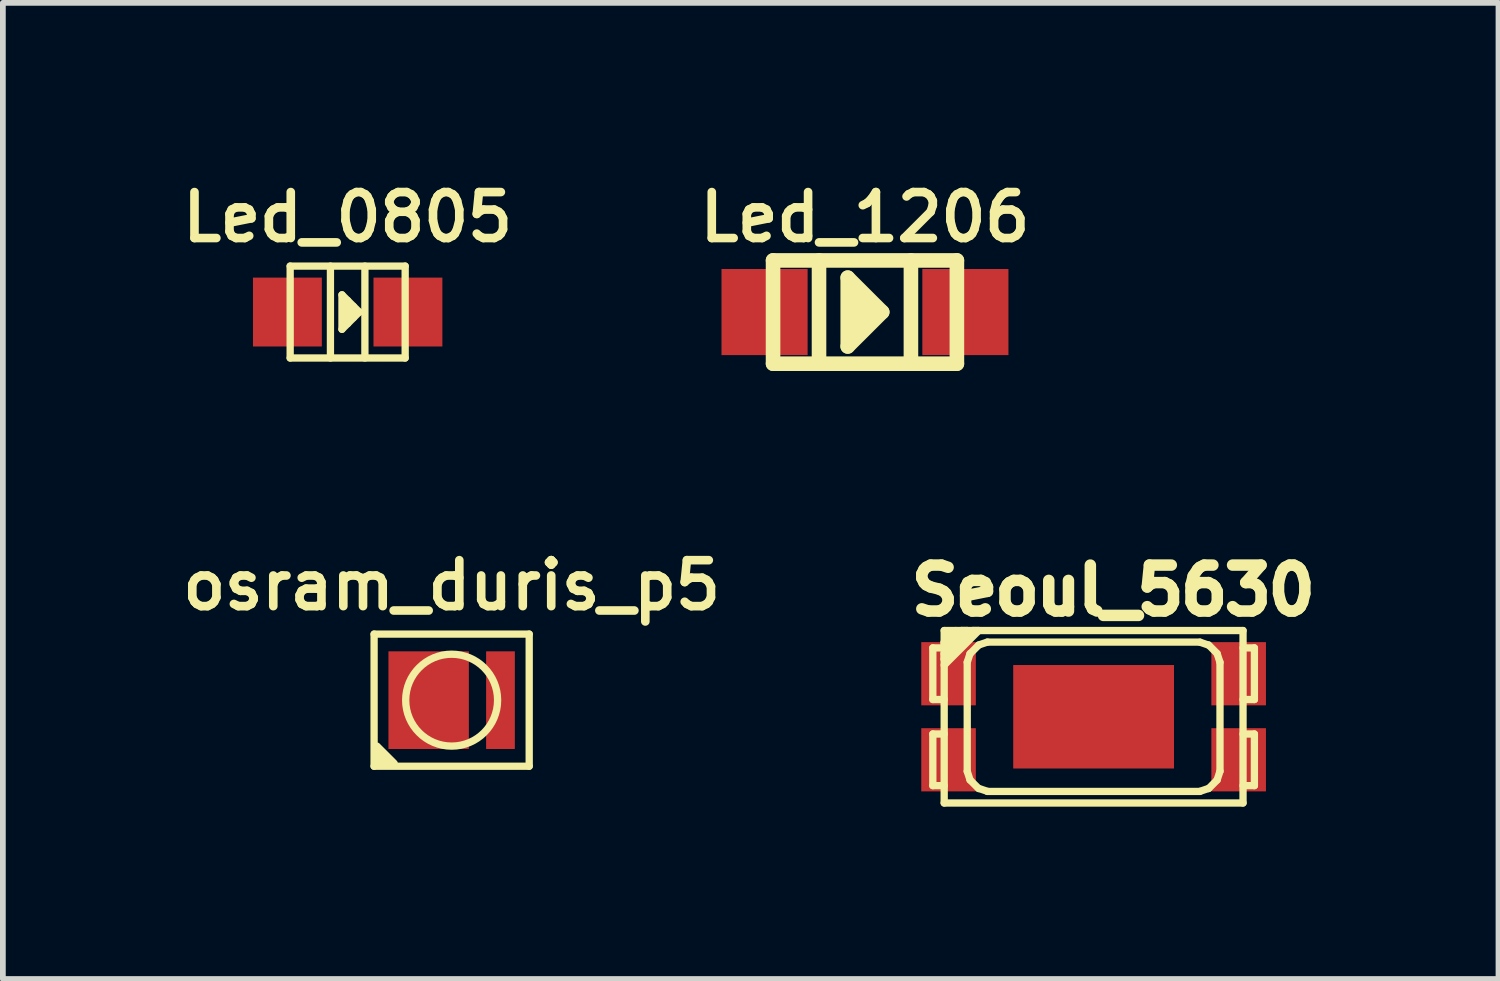
<source format=kicad_pcb>
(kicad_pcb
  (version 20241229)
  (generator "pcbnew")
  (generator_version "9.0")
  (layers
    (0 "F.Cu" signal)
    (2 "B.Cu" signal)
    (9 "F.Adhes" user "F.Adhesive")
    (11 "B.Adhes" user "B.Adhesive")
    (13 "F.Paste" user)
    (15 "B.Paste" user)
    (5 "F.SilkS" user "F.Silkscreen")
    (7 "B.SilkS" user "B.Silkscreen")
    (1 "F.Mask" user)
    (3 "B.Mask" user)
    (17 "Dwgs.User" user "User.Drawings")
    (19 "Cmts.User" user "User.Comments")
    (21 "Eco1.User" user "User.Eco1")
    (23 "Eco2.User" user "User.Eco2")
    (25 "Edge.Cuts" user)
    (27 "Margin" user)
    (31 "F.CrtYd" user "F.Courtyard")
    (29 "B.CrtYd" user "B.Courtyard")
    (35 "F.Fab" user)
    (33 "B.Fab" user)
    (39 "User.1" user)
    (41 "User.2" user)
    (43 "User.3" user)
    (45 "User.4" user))
  (footprint "Led_0805"
    (layer "F.Cu")
    (at 3.002 2.382)
    (property "Reference" "Led_0805" (at 0 -1.651 0) (layer "F.SilkS") (effects (font (size 0.8 0.8) (thickness 0.15))))
    (attr through_hole)
    (fp_line (start -1.001 -0.8) (end 1.001 -0.8) (stroke (width 0.127) (type solid)) (layer "F.SilkS"))
    (fp_line (start -1.001 0.8) (end -1.001 -0.8) (stroke (width 0.127) (type solid)) (layer "F.SilkS"))
    (fp_line (start -0.3 -0.8) (end -0.3 0.8) (stroke (width 0.127) (type solid)) (layer "F.SilkS"))
    (fp_line (start -0.099 -0.3) (end -0.099 0.3) (stroke (width 0.127) (type solid)) (layer "F.SilkS"))
    (fp_line (start -0.099 0.3) (end 0.201 0) (stroke (width 0.127) (type solid)) (layer "F.SilkS"))
    (fp_line (start 0 -0.201) (end 0 0.201) (stroke (width 0.127) (type solid)) (layer "F.SilkS"))
    (fp_line (start 0.099 0.099) (end 0.099 -0.099) (stroke (width 0.127) (type solid)) (layer "F.SilkS"))
    (fp_line (start 0.201 0) (end -0.099 -0.3) (stroke (width 0.127) (type solid)) (layer "F.SilkS"))
    (fp_line (start 0.3 0.8) (end 0.3 -0.8) (stroke (width 0.127) (type solid)) (layer "F.SilkS"))
    (fp_line (start 1.001 -0.8) (end 1.001 0.8) (stroke (width 0.127) (type solid)) (layer "F.SilkS"))
    (fp_line (start 1.001 0.8) (end -1.001 0.8) (stroke (width 0.127) (type solid)) (layer "F.SilkS"))
    (pad "1" smd rect (at -1.049 0) (size 1.199 1.199) (layers "F.Cu" "F.Mask" "F.Paste"))
    (pad "2" smd rect (at 1.049 0) (size 1.199 1.199) (layers "F.Cu" "F.Mask" "F.Paste")))
  (footprint "Led_1206"
    (layer "F.Cu")
    (at 12.007 2.382)
    (property "Reference" "Led_1206" (at 0 -1.651 0) (layer "F.SilkS") (effects (font (size 0.8 0.8) (thickness 0.15))))
    (attr through_hole)
    (fp_line (start -1.6 -0.899) (end 1.6 -0.899) (stroke (width 0.254) (type solid)) (layer "F.SilkS"))
    (fp_line (start -1.6 0.899) (end -1.6 -0.899) (stroke (width 0.254) (type solid)) (layer "F.SilkS"))
    (fp_line (start -0.8 -0.899) (end -0.8 0.899) (stroke (width 0.254) (type solid)) (layer "F.SilkS"))
    (fp_line (start -0.3 -0.599) (end -0.3 0.599) (stroke (width 0.254) (type solid)) (layer "F.SilkS"))
    (fp_line (start -0.3 0.599) (end 0.3 0) (stroke (width 0.254) (type solid)) (layer "F.SilkS"))
    (fp_line (start -0.099 0.3) (end -0.099 -0.3) (stroke (width 0.254) (type solid)) (layer "F.SilkS"))
    (fp_line (start 0 -0.201) (end 0 0.099) (stroke (width 0.254) (type solid)) (layer "F.SilkS"))
    (fp_line (start 0.3 0) (end -0.3 -0.599) (stroke (width 0.254) (type solid)) (layer "F.SilkS"))
    (fp_line (start 0.8 0.899) (end 0.8 -0.899) (stroke (width 0.254) (type solid)) (layer "F.SilkS"))
    (fp_line (start 1.6 -0.899) (end 1.6 0.899) (stroke (width 0.254) (type solid)) (layer "F.SilkS"))
    (fp_line (start 1.6 0.899) (end -1.6 0.899) (stroke (width 0.254) (type solid)) (layer "F.SilkS"))
    (pad "1" smd rect (at -1.748 0) (size 1.499 1.499) (layers "F.Cu" "F.Mask" "F.Paste"))
    (pad "2" smd rect (at 1.748 0) (size 1.499 1.499) (layers "F.Cu" "F.Mask" "F.Paste")))
  (footprint "Seoul_5630"
    (layer "F.Cu")
    (at 15.987 9.427)
    (property "Reference" "Seoul_5630" (at 0.343 -2.2 0) (layer "F.SilkS") (effects (font (size 0.8 0.8) (thickness 0.2))))
    (attr through_hole)
    (fp_line (start -2.799 -1.199) (end -2.799 -0.3) (stroke (width 0.127) (type solid)) (layer "F.SilkS"))
    (fp_line (start -2.799 -0.3) (end -2.601 -0.3) (stroke (width 0.127) (type solid)) (layer "F.SilkS"))
    (fp_line (start -2.799 0.3) (end -2.799 1.199) (stroke (width 0.127) (type solid)) (layer "F.SilkS"))
    (fp_line (start -2.799 1.199) (end -2.601 1.199) (stroke (width 0.127) (type solid)) (layer "F.SilkS"))
    (fp_line (start -2.601 -1.501) (end -2.601 1.501) (stroke (width 0.127) (type solid)) (layer "F.SilkS"))
    (fp_line (start -2.601 -1.3) (end -2.4 -1.501) (stroke (width 0.127) (type solid)) (layer "F.SilkS"))
    (fp_line (start -2.601 -1.199) (end -2.799 -1.199) (stroke (width 0.127) (type solid)) (layer "F.SilkS"))
    (fp_line (start -2.601 -1.199) (end -2.601 -1.3) (stroke (width 0.127) (type solid)) (layer "F.SilkS"))
    (fp_line (start -2.601 -1.1) (end -2.2 -1.501) (stroke (width 0.127) (type solid)) (layer "F.SilkS"))
    (fp_line (start -2.601 -1.001) (end -2.601 -1.1) (stroke (width 0.127) (type solid)) (layer "F.SilkS"))
    (fp_line (start -2.601 -0.899) (end -1.999 -1.501) (stroke (width 0.127) (type solid)) (layer "F.SilkS"))
    (fp_line (start -2.601 0.3) (end -2.799 0.3) (stroke (width 0.127) (type solid)) (layer "F.SilkS"))
    (fp_line (start -2.601 1.501) (end 2.601 1.501) (stroke (width 0.127) (type solid)) (layer "F.SilkS"))
    (fp_line (start -2.301 -1.501) (end -2.601 -1.199) (stroke (width 0.127) (type solid)) (layer "F.SilkS"))
    (fp_line (start -2.2 -1.501) (end -2.301 -1.501) (stroke (width 0.127) (type solid)) (layer "F.SilkS"))
    (fp_line (start -2.2 -0.95) (end -2.2 0.95) (stroke (width 0.127) (type solid)) (layer "F.SilkS"))
    (fp_line (start -2.2 0.95) (end -2.151 1.1) (stroke (width 0.127) (type solid)) (layer "F.SilkS"))
    (fp_line (start -2.151 -1.1) (end -2.2 -0.95) (stroke (width 0.127) (type solid)) (layer "F.SilkS"))
    (fp_line (start -2.151 1.1) (end -2.002 1.25) (stroke (width 0.127) (type solid)) (layer "F.SilkS"))
    (fp_line (start -2.101 -1.501) (end -2.601 -1.001) (stroke (width 0.127) (type solid)) (layer "F.SilkS"))
    (fp_line (start -2.002 -1.247) (end -2.151 -1.097) (stroke (width 0.127) (type solid)) (layer "F.SilkS"))
    (fp_line (start -1.999 -1.501) (end -2.101 -1.501) (stroke (width 0.127) (type solid)) (layer "F.SilkS"))
    (fp_line (start -1.849 -1.3) (end -1.999 -1.25) (stroke (width 0.127) (type solid)) (layer "F.SilkS"))
    (fp_line (start -1.849 1.298) (end -1.999 1.247) (stroke (width 0.127) (type solid)) (layer "F.SilkS"))
    (fp_line (start -1.849 1.3) (end 1.849 1.3) (stroke (width 0.127) (type solid)) (layer "F.SilkS"))
    (fp_line (start 1.849 -1.3) (end -1.849 -1.3) (stroke (width 0.127) (type solid)) (layer "F.SilkS"))
    (fp_line (start 1.852 1.298) (end 2.002 1.247) (stroke (width 0.127) (type solid)) (layer "F.SilkS"))
    (fp_line (start 2.002 -1.247) (end 1.852 -1.298) (stroke (width 0.127) (type solid)) (layer "F.SilkS"))
    (fp_line (start 2.151 -1.1) (end 2.002 -1.25) (stroke (width 0.127) (type solid)) (layer "F.SilkS"))
    (fp_line (start 2.151 1.1) (end 2.002 1.25) (stroke (width 0.127) (type solid)) (layer "F.SilkS"))
    (fp_line (start 2.2 -0.947) (end 2.151 -1.097) (stroke (width 0.127) (type solid)) (layer "F.SilkS"))
    (fp_line (start 2.2 0.947) (end 2.151 1.097) (stroke (width 0.127) (type solid)) (layer "F.SilkS"))
    (fp_line (start 2.2 0.95) (end 2.2 -0.95) (stroke (width 0.127) (type solid)) (layer "F.SilkS"))
    (fp_line (start 2.601 -1.501) (end -2.601 -1.501) (stroke (width 0.127) (type solid)) (layer "F.SilkS"))
    (fp_line (start 2.601 -0.3) (end 2.799 -0.3) (stroke (width 0.127) (type solid)) (layer "F.SilkS"))
    (fp_line (start 2.601 1.199) (end 2.799 1.199) (stroke (width 0.127) (type solid)) (layer "F.SilkS"))
    (fp_line (start 2.601 1.501) (end 2.601 -1.501) (stroke (width 0.127) (type solid)) (layer "F.SilkS"))
    (fp_line (start 2.799 -1.199) (end 2.601 -1.199) (stroke (width 0.127) (type solid)) (layer "F.SilkS"))
    (fp_line (start 2.799 -0.3) (end 2.799 -1.199) (stroke (width 0.127) (type solid)) (layer "F.SilkS"))
    (fp_line (start 2.799 0.3) (end 2.601 0.3) (stroke (width 0.127) (type solid)) (layer "F.SilkS"))
    (fp_line (start 2.799 1.199) (end 2.799 0.3) (stroke (width 0.127) (type solid)) (layer "F.SilkS"))
    (pad "1" smd rect (at 2.525 -0.749) (size 0.95 1.1) (layers "F.Cu" "F.Mask" "F.Paste"))
    (pad "1" smd rect (at 2.525 0.749) (size 0.95 1.1) (layers "F.Cu" "F.Mask" "F.Paste"))
    (pad "2" smd rect (at -2.525 -0.749) (size 0.95 1.1) (layers "F.Cu" "F.Mask" "F.Paste"))
    (pad "2" smd rect (at -2.525 0.749) (size 0.95 1.1) (layers "F.Cu" "F.Mask" "F.Paste"))
    (pad "3" smd rect (at 0 0) (size 2.799 1.801) (layers "F.Cu" "F.Mask" "F.Paste")))
  (footprint "osram_duris_p5"
    (layer "F.Cu")
    (at 4.812 9.138)
    (property "Reference" "osram_duris_p5" (at 0 -1.999 0) (layer "F.SilkS") (effects (font (size 0.8 0.8) (thickness 0.15))))
    (attr through_hole)
    (fp_line (start -1.35 -1.15) (end -1.35 1.15) (stroke (width 0.127) (type solid)) (layer "F.SilkS"))
    (fp_line (start -1.35 1.15) (end 1.35 1.15) (stroke (width 0.127) (type solid)) (layer "F.SilkS"))
    (fp_line (start -1.3 0.8) (end -1 1.1) (stroke (width 0.127) (type solid)) (layer "F.SilkS"))
    (fp_line (start -1.3 0.9) (end -1.1 1.1) (stroke (width 0.127) (type solid)) (layer "F.SilkS"))
    (fp_line (start -1.2 1.1) (end -1.3 1) (stroke (width 0.127) (type solid)) (layer "F.SilkS"))
    (fp_line (start 1.35 -1.15) (end -1.35 -1.15) (stroke (width 0.127) (type solid)) (layer "F.SilkS"))
    (fp_line (start 1.35 1.15) (end 1.35 -1.15) (stroke (width 0.127) (type solid)) (layer "F.SilkS"))
    (fp_circle (center 0 0) (end 0.8 0) (stroke (width 0.127) (type solid)) (fill no) (layer "F.SilkS"))
    (pad "" smd rect (at -0.8 0) (size 0.45 1.5) (layers "F.Paste"))
    (pad "" smd rect (at -0.1 0) (size 0.6 1.5) (layers "F.Paste"))
    (pad "1" smd rect (at -0.4 0) (size 1.4 1.7) (layers "F.Cu" "F.Mask"))
    (pad "2" smd rect (at 0.85 0) (size 0.5 1.7) (layers "F.Cu" "F.Mask" "F.Paste")))
  (gr_rect
    (start -3 -3)
    (end 23.035 13.992)
    (stroke (width 0.1) (type default))
    (fill no)
    (layer "Edge.Cuts")))
</source>
